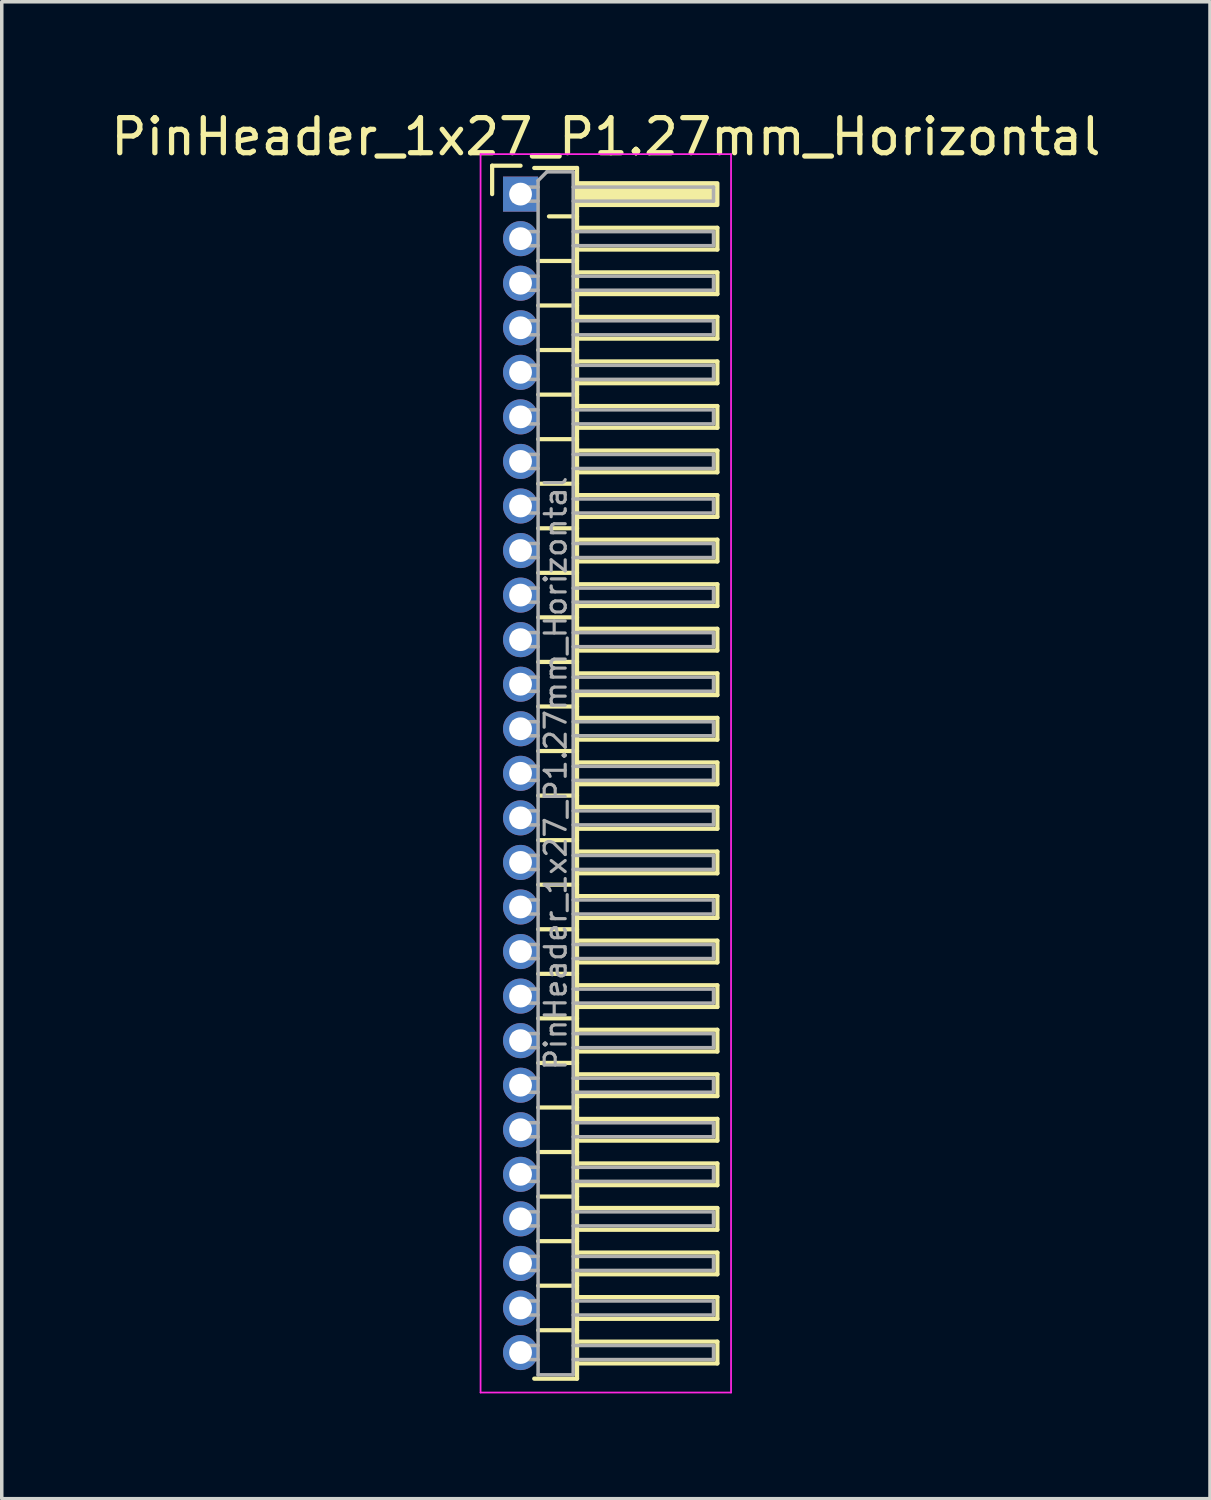
<source format=kicad_pcb>
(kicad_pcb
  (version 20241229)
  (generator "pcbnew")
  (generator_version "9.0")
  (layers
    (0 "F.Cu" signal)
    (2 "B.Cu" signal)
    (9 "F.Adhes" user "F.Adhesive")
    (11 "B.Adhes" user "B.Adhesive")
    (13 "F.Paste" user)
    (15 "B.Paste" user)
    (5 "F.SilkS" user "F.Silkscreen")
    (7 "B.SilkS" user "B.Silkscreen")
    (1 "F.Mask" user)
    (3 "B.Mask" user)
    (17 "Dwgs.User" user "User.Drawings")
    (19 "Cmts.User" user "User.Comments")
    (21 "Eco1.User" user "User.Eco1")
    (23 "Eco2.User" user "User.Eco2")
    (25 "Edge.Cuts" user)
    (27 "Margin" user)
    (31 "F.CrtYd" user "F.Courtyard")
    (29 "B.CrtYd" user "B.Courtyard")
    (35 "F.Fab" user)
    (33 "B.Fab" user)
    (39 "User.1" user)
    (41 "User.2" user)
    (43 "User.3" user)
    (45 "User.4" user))
  (footprint "PinHeader_1x27_P1.27mm_Horizontal"
    (layer "F.Cu")
    (at 11.788 2.483)
    (property "Reference" "PinHeader_1x27_P1.27mm_Horizontal" (at 2.433 -1.635 0) (layer "F.SilkS") (effects (font (size 1 1) (thickness 0.15))))
    (attr through_hole)
    (fp_line (start -0.81 -0.81) (end 0 -0.81) (stroke (width 0.12) (type solid)) (layer "F.SilkS"))
    (fp_line (start -0.81 0) (end -0.81 -0.81) (stroke (width 0.12) (type solid)) (layer "F.SilkS"))
    (fp_line (start 0.39 -0.745) (end 1.61 -0.745) (stroke (width 0.12) (type solid)) (layer "F.SilkS"))
    (fp_line (start 0.503 1.905) (end 1.61 1.905) (stroke (width 0.12) (type solid)) (layer "F.SilkS"))
    (fp_line (start 0.503 3.175) (end 1.61 3.175) (stroke (width 0.12) (type solid)) (layer "F.SilkS"))
    (fp_line (start 0.503 4.445) (end 1.61 4.445) (stroke (width 0.12) (type solid)) (layer "F.SilkS"))
    (fp_line (start 0.503 5.715) (end 1.61 5.715) (stroke (width 0.12) (type solid)) (layer "F.SilkS"))
    (fp_line (start 0.503 6.985) (end 1.61 6.985) (stroke (width 0.12) (type solid)) (layer "F.SilkS"))
    (fp_line (start 0.503 8.255) (end 1.61 8.255) (stroke (width 0.12) (type solid)) (layer "F.SilkS"))
    (fp_line (start 0.503 9.525) (end 1.61 9.525) (stroke (width 0.12) (type solid)) (layer "F.SilkS"))
    (fp_line (start 0.503 10.795) (end 1.61 10.795) (stroke (width 0.12) (type solid)) (layer "F.SilkS"))
    (fp_line (start 0.503 12.065) (end 1.61 12.065) (stroke (width 0.12) (type solid)) (layer "F.SilkS"))
    (fp_line (start 0.503 13.335) (end 1.61 13.335) (stroke (width 0.12) (type solid)) (layer "F.SilkS"))
    (fp_line (start 0.503 14.605) (end 1.61 14.605) (stroke (width 0.12) (type solid)) (layer "F.SilkS"))
    (fp_line (start 0.503 15.875) (end 1.61 15.875) (stroke (width 0.12) (type solid)) (layer "F.SilkS"))
    (fp_line (start 0.503 17.145) (end 1.61 17.145) (stroke (width 0.12) (type solid)) (layer "F.SilkS"))
    (fp_line (start 0.503 18.415) (end 1.61 18.415) (stroke (width 0.12) (type solid)) (layer "F.SilkS"))
    (fp_line (start 0.503 19.685) (end 1.61 19.685) (stroke (width 0.12) (type solid)) (layer "F.SilkS"))
    (fp_line (start 0.503 20.955) (end 1.61 20.955) (stroke (width 0.12) (type solid)) (layer "F.SilkS"))
    (fp_line (start 0.503 22.225) (end 1.61 22.225) (stroke (width 0.12) (type solid)) (layer "F.SilkS"))
    (fp_line (start 0.503 23.495) (end 1.61 23.495) (stroke (width 0.12) (type solid)) (layer "F.SilkS"))
    (fp_line (start 0.503 24.765) (end 1.61 24.765) (stroke (width 0.12) (type solid)) (layer "F.SilkS"))
    (fp_line (start 0.503 26.035) (end 1.61 26.035) (stroke (width 0.12) (type solid)) (layer "F.SilkS"))
    (fp_line (start 0.503 27.305) (end 1.61 27.305) (stroke (width 0.12) (type solid)) (layer "F.SilkS"))
    (fp_line (start 0.503 28.575) (end 1.61 28.575) (stroke (width 0.12) (type solid)) (layer "F.SilkS"))
    (fp_line (start 0.503 29.845) (end 1.61 29.845) (stroke (width 0.12) (type solid)) (layer "F.SilkS"))
    (fp_line (start 0.503 31.115) (end 1.61 31.115) (stroke (width 0.12) (type solid)) (layer "F.SilkS"))
    (fp_line (start 0.503 32.385) (end 1.61 32.385) (stroke (width 0.12) (type solid)) (layer "F.SilkS"))
    (fp_line (start 0.81 0.635) (end 1.61 0.635) (stroke (width 0.12) (type solid)) (layer "F.SilkS"))
    (fp_line (start 1.61 -0.745) (end 1.61 33.765) (stroke (width 0.12) (type solid)) (layer "F.SilkS"))
    (fp_line (start 1.61 0.96) (end 5.61 0.96) (stroke (width 0.12) (type solid)) (layer "F.SilkS"))
    (fp_line (start 1.61 2.23) (end 5.61 2.23) (stroke (width 0.12) (type solid)) (layer "F.SilkS"))
    (fp_line (start 1.61 3.5) (end 5.61 3.5) (stroke (width 0.12) (type solid)) (layer "F.SilkS"))
    (fp_line (start 1.61 4.77) (end 5.61 4.77) (stroke (width 0.12) (type solid)) (layer "F.SilkS"))
    (fp_line (start 1.61 6.04) (end 5.61 6.04) (stroke (width 0.12) (type solid)) (layer "F.SilkS"))
    (fp_line (start 1.61 7.31) (end 5.61 7.31) (stroke (width 0.12) (type solid)) (layer "F.SilkS"))
    (fp_line (start 1.61 8.58) (end 5.61 8.58) (stroke (width 0.12) (type solid)) (layer "F.SilkS"))
    (fp_line (start 1.61 9.85) (end 5.61 9.85) (stroke (width 0.12) (type solid)) (layer "F.SilkS"))
    (fp_line (start 1.61 11.12) (end 5.61 11.12) (stroke (width 0.12) (type solid)) (layer "F.SilkS"))
    (fp_line (start 1.61 12.39) (end 5.61 12.39) (stroke (width 0.12) (type solid)) (layer "F.SilkS"))
    (fp_line (start 1.61 13.66) (end 5.61 13.66) (stroke (width 0.12) (type solid)) (layer "F.SilkS"))
    (fp_line (start 1.61 14.93) (end 5.61 14.93) (stroke (width 0.12) (type solid)) (layer "F.SilkS"))
    (fp_line (start 1.61 16.2) (end 5.61 16.2) (stroke (width 0.12) (type solid)) (layer "F.SilkS"))
    (fp_line (start 1.61 17.47) (end 5.61 17.47) (stroke (width 0.12) (type solid)) (layer "F.SilkS"))
    (fp_line (start 1.61 18.74) (end 5.61 18.74) (stroke (width 0.12) (type solid)) (layer "F.SilkS"))
    (fp_line (start 1.61 20.01) (end 5.61 20.01) (stroke (width 0.12) (type solid)) (layer "F.SilkS"))
    (fp_line (start 1.61 21.28) (end 5.61 21.28) (stroke (width 0.12) (type solid)) (layer "F.SilkS"))
    (fp_line (start 1.61 22.55) (end 5.61 22.55) (stroke (width 0.12) (type solid)) (layer "F.SilkS"))
    (fp_line (start 1.61 23.82) (end 5.61 23.82) (stroke (width 0.12) (type solid)) (layer "F.SilkS"))
    (fp_line (start 1.61 25.09) (end 5.61 25.09) (stroke (width 0.12) (type solid)) (layer "F.SilkS"))
    (fp_line (start 1.61 26.36) (end 5.61 26.36) (stroke (width 0.12) (type solid)) (layer "F.SilkS"))
    (fp_line (start 1.61 27.63) (end 5.61 27.63) (stroke (width 0.12) (type solid)) (layer "F.SilkS"))
    (fp_line (start 1.61 28.9) (end 5.61 28.9) (stroke (width 0.12) (type solid)) (layer "F.SilkS"))
    (fp_line (start 1.61 30.17) (end 5.61 30.17) (stroke (width 0.12) (type solid)) (layer "F.SilkS"))
    (fp_line (start 1.61 31.44) (end 5.61 31.44) (stroke (width 0.12) (type solid)) (layer "F.SilkS"))
    (fp_line (start 1.61 32.71) (end 5.61 32.71) (stroke (width 0.12) (type solid)) (layer "F.SilkS"))
    (fp_line (start 1.61 33.765) (end 0.39 33.765) (stroke (width 0.12) (type solid)) (layer "F.SilkS"))
    (fp_line (start 5.61 0.96) (end 5.61 1.58) (stroke (width 0.12) (type solid)) (layer "F.SilkS"))
    (fp_line (start 5.61 1.58) (end 1.61 1.58) (stroke (width 0.12) (type solid)) (layer "F.SilkS"))
    (fp_line (start 5.61 2.23) (end 5.61 2.85) (stroke (width 0.12) (type solid)) (layer "F.SilkS"))
    (fp_line (start 5.61 2.85) (end 1.61 2.85) (stroke (width 0.12) (type solid)) (layer "F.SilkS"))
    (fp_line (start 5.61 3.5) (end 5.61 4.12) (stroke (width 0.12) (type solid)) (layer "F.SilkS"))
    (fp_line (start 5.61 4.12) (end 1.61 4.12) (stroke (width 0.12) (type solid)) (layer "F.SilkS"))
    (fp_line (start 5.61 4.77) (end 5.61 5.39) (stroke (width 0.12) (type solid)) (layer "F.SilkS"))
    (fp_line (start 5.61 5.39) (end 1.61 5.39) (stroke (width 0.12) (type solid)) (layer "F.SilkS"))
    (fp_line (start 5.61 6.04) (end 5.61 6.66) (stroke (width 0.12) (type solid)) (layer "F.SilkS"))
    (fp_line (start 5.61 6.66) (end 1.61 6.66) (stroke (width 0.12) (type solid)) (layer "F.SilkS"))
    (fp_line (start 5.61 7.31) (end 5.61 7.93) (stroke (width 0.12) (type solid)) (layer "F.SilkS"))
    (fp_line (start 5.61 7.93) (end 1.61 7.93) (stroke (width 0.12) (type solid)) (layer "F.SilkS"))
    (fp_line (start 5.61 8.58) (end 5.61 9.2) (stroke (width 0.12) (type solid)) (layer "F.SilkS"))
    (fp_line (start 5.61 9.2) (end 1.61 9.2) (stroke (width 0.12) (type solid)) (layer "F.SilkS"))
    (fp_line (start 5.61 9.85) (end 5.61 10.47) (stroke (width 0.12) (type solid)) (layer "F.SilkS"))
    (fp_line (start 5.61 10.47) (end 1.61 10.47) (stroke (width 0.12) (type solid)) (layer "F.SilkS"))
    (fp_line (start 5.61 11.12) (end 5.61 11.74) (stroke (width 0.12) (type solid)) (layer "F.SilkS"))
    (fp_line (start 5.61 11.74) (end 1.61 11.74) (stroke (width 0.12) (type solid)) (layer "F.SilkS"))
    (fp_line (start 5.61 12.39) (end 5.61 13.01) (stroke (width 0.12) (type solid)) (layer "F.SilkS"))
    (fp_line (start 5.61 13.01) (end 1.61 13.01) (stroke (width 0.12) (type solid)) (layer "F.SilkS"))
    (fp_line (start 5.61 13.66) (end 5.61 14.28) (stroke (width 0.12) (type solid)) (layer "F.SilkS"))
    (fp_line (start 5.61 14.28) (end 1.61 14.28) (stroke (width 0.12) (type solid)) (layer "F.SilkS"))
    (fp_line (start 5.61 14.93) (end 5.61 15.55) (stroke (width 0.12) (type solid)) (layer "F.SilkS"))
    (fp_line (start 5.61 15.55) (end 1.61 15.55) (stroke (width 0.12) (type solid)) (layer "F.SilkS"))
    (fp_line (start 5.61 16.2) (end 5.61 16.82) (stroke (width 0.12) (type solid)) (layer "F.SilkS"))
    (fp_line (start 5.61 16.82) (end 1.61 16.82) (stroke (width 0.12) (type solid)) (layer "F.SilkS"))
    (fp_line (start 5.61 17.47) (end 5.61 18.09) (stroke (width 0.12) (type solid)) (layer "F.SilkS"))
    (fp_line (start 5.61 18.09) (end 1.61 18.09) (stroke (width 0.12) (type solid)) (layer "F.SilkS"))
    (fp_line (start 5.61 18.74) (end 5.61 19.36) (stroke (width 0.12) (type solid)) (layer "F.SilkS"))
    (fp_line (start 5.61 19.36) (end 1.61 19.36) (stroke (width 0.12) (type solid)) (layer "F.SilkS"))
    (fp_line (start 5.61 20.01) (end 5.61 20.63) (stroke (width 0.12) (type solid)) (layer "F.SilkS"))
    (fp_line (start 5.61 20.63) (end 1.61 20.63) (stroke (width 0.12) (type solid)) (layer "F.SilkS"))
    (fp_line (start 5.61 21.28) (end 5.61 21.9) (stroke (width 0.12) (type solid)) (layer "F.SilkS"))
    (fp_line (start 5.61 21.9) (end 1.61 21.9) (stroke (width 0.12) (type solid)) (layer "F.SilkS"))
    (fp_line (start 5.61 22.55) (end 5.61 23.17) (stroke (width 0.12) (type solid)) (layer "F.SilkS"))
    (fp_line (start 5.61 23.17) (end 1.61 23.17) (stroke (width 0.12) (type solid)) (layer "F.SilkS"))
    (fp_line (start 5.61 23.82) (end 5.61 24.44) (stroke (width 0.12) (type solid)) (layer "F.SilkS"))
    (fp_line (start 5.61 24.44) (end 1.61 24.44) (stroke (width 0.12) (type solid)) (layer "F.SilkS"))
    (fp_line (start 5.61 25.09) (end 5.61 25.71) (stroke (width 0.12) (type solid)) (layer "F.SilkS"))
    (fp_line (start 5.61 25.71) (end 1.61 25.71) (stroke (width 0.12) (type solid)) (layer "F.SilkS"))
    (fp_line (start 5.61 26.36) (end 5.61 26.98) (stroke (width 0.12) (type solid)) (layer "F.SilkS"))
    (fp_line (start 5.61 26.98) (end 1.61 26.98) (stroke (width 0.12) (type solid)) (layer "F.SilkS"))
    (fp_line (start 5.61 27.63) (end 5.61 28.25) (stroke (width 0.12) (type solid)) (layer "F.SilkS"))
    (fp_line (start 5.61 28.25) (end 1.61 28.25) (stroke (width 0.12) (type solid)) (layer "F.SilkS"))
    (fp_line (start 5.61 28.9) (end 5.61 29.52) (stroke (width 0.12) (type solid)) (layer "F.SilkS"))
    (fp_line (start 5.61 29.52) (end 1.61 29.52) (stroke (width 0.12) (type solid)) (layer "F.SilkS"))
    (fp_line (start 5.61 30.17) (end 5.61 30.79) (stroke (width 0.12) (type solid)) (layer "F.SilkS"))
    (fp_line (start 5.61 30.79) (end 1.61 30.79) (stroke (width 0.12) (type solid)) (layer "F.SilkS"))
    (fp_line (start 5.61 31.44) (end 5.61 32.06) (stroke (width 0.12) (type solid)) (layer "F.SilkS"))
    (fp_line (start 5.61 32.06) (end 1.61 32.06) (stroke (width 0.12) (type solid)) (layer "F.SilkS"))
    (fp_line (start 5.61 32.71) (end 5.61 33.33) (stroke (width 0.12) (type solid)) (layer "F.SilkS"))
    (fp_line (start 5.61 33.33) (end 1.61 33.33) (stroke (width 0.12) (type solid)) (layer "F.SilkS"))
    (fp_rect (start 1.61 -0.31) (end 5.61 0.31) (stroke (width 0.12) (type solid)) (fill yes) (layer "F.SilkS"))
    (fp_line (start -1.14 -1.14) (end -1.14 34.16) (stroke (width 0.05) (type solid)) (layer "F.CrtYd"))
    (fp_line (start -1.14 34.16) (end 6 34.16) (stroke (width 0.05) (type solid)) (layer "F.CrtYd"))
    (fp_line (start 6 -1.14) (end -1.14 -1.14) (stroke (width 0.05) (type solid)) (layer "F.CrtYd"))
    (fp_line (start 6 34.16) (end 6 -1.14) (stroke (width 0.05) (type solid)) (layer "F.CrtYd"))
    (fp_line (start -0.2 -0.2) (end -0.2 0.2) (stroke (width 0.1) (type solid)) (layer "F.Fab"))
    (fp_line (start -0.2 -0.2) (end 0.5 -0.2) (stroke (width 0.1) (type solid)) (layer "F.Fab"))
    (fp_line (start -0.2 0.2) (end 0.5 0.2) (stroke (width 0.1) (type solid)) (layer "F.Fab"))
    (fp_line (start -0.2 1.07) (end -0.2 1.47) (stroke (width 0.1) (type solid)) (layer "F.Fab"))
    (fp_line (start -0.2 1.07) (end 0.5 1.07) (stroke (width 0.1) (type solid)) (layer "F.Fab"))
    (fp_line (start -0.2 1.47) (end 0.5 1.47) (stroke (width 0.1) (type solid)) (layer "F.Fab"))
    (fp_line (start -0.2 2.34) (end -0.2 2.74) (stroke (width 0.1) (type solid)) (layer "F.Fab"))
    (fp_line (start -0.2 2.34) (end 0.5 2.34) (stroke (width 0.1) (type solid)) (layer "F.Fab"))
    (fp_line (start -0.2 2.74) (end 0.5 2.74) (stroke (width 0.1) (type solid)) (layer "F.Fab"))
    (fp_line (start -0.2 3.61) (end -0.2 4.01) (stroke (width 0.1) (type solid)) (layer "F.Fab"))
    (fp_line (start -0.2 3.61) (end 0.5 3.61) (stroke (width 0.1) (type solid)) (layer "F.Fab"))
    (fp_line (start -0.2 4.01) (end 0.5 4.01) (stroke (width 0.1) (type solid)) (layer "F.Fab"))
    (fp_line (start -0.2 4.88) (end -0.2 5.28) (stroke (width 0.1) (type solid)) (layer "F.Fab"))
    (fp_line (start -0.2 4.88) (end 0.5 4.88) (stroke (width 0.1) (type solid)) (layer "F.Fab"))
    (fp_line (start -0.2 5.28) (end 0.5 5.28) (stroke (width 0.1) (type solid)) (layer "F.Fab"))
    (fp_line (start -0.2 6.15) (end -0.2 6.55) (stroke (width 0.1) (type solid)) (layer "F.Fab"))
    (fp_line (start -0.2 6.15) (end 0.5 6.15) (stroke (width 0.1) (type solid)) (layer "F.Fab"))
    (fp_line (start -0.2 6.55) (end 0.5 6.55) (stroke (width 0.1) (type solid)) (layer "F.Fab"))
    (fp_line (start -0.2 7.42) (end -0.2 7.82) (stroke (width 0.1) (type solid)) (layer "F.Fab"))
    (fp_line (start -0.2 7.42) (end 0.5 7.42) (stroke (width 0.1) (type solid)) (layer "F.Fab"))
    (fp_line (start -0.2 7.82) (end 0.5 7.82) (stroke (width 0.1) (type solid)) (layer "F.Fab"))
    (fp_line (start -0.2 8.69) (end -0.2 9.09) (stroke (width 0.1) (type solid)) (layer "F.Fab"))
    (fp_line (start -0.2 8.69) (end 0.5 8.69) (stroke (width 0.1) (type solid)) (layer "F.Fab"))
    (fp_line (start -0.2 9.09) (end 0.5 9.09) (stroke (width 0.1) (type solid)) (layer "F.Fab"))
    (fp_line (start -0.2 9.96) (end -0.2 10.36) (stroke (width 0.1) (type solid)) (layer "F.Fab"))
    (fp_line (start -0.2 9.96) (end 0.5 9.96) (stroke (width 0.1) (type solid)) (layer "F.Fab"))
    (fp_line (start -0.2 10.36) (end 0.5 10.36) (stroke (width 0.1) (type solid)) (layer "F.Fab"))
    (fp_line (start -0.2 11.23) (end -0.2 11.63) (stroke (width 0.1) (type solid)) (layer "F.Fab"))
    (fp_line (start -0.2 11.23) (end 0.5 11.23) (stroke (width 0.1) (type solid)) (layer "F.Fab"))
    (fp_line (start -0.2 11.63) (end 0.5 11.63) (stroke (width 0.1) (type solid)) (layer "F.Fab"))
    (fp_line (start -0.2 12.5) (end -0.2 12.9) (stroke (width 0.1) (type solid)) (layer "F.Fab"))
    (fp_line (start -0.2 12.5) (end 0.5 12.5) (stroke (width 0.1) (type solid)) (layer "F.Fab"))
    (fp_line (start -0.2 12.9) (end 0.5 12.9) (stroke (width 0.1) (type solid)) (layer "F.Fab"))
    (fp_line (start -0.2 13.77) (end -0.2 14.17) (stroke (width 0.1) (type solid)) (layer "F.Fab"))
    (fp_line (start -0.2 13.77) (end 0.5 13.77) (stroke (width 0.1) (type solid)) (layer "F.Fab"))
    (fp_line (start -0.2 14.17) (end 0.5 14.17) (stroke (width 0.1) (type solid)) (layer "F.Fab"))
    (fp_line (start -0.2 15.04) (end -0.2 15.44) (stroke (width 0.1) (type solid)) (layer "F.Fab"))
    (fp_line (start -0.2 15.04) (end 0.5 15.04) (stroke (width 0.1) (type solid)) (layer "F.Fab"))
    (fp_line (start -0.2 15.44) (end 0.5 15.44) (stroke (width 0.1) (type solid)) (layer "F.Fab"))
    (fp_line (start -0.2 16.31) (end -0.2 16.71) (stroke (width 0.1) (type solid)) (layer "F.Fab"))
    (fp_line (start -0.2 16.31) (end 0.5 16.31) (stroke (width 0.1) (type solid)) (layer "F.Fab"))
    (fp_line (start -0.2 16.71) (end 0.5 16.71) (stroke (width 0.1) (type solid)) (layer "F.Fab"))
    (fp_line (start -0.2 17.58) (end -0.2 17.98) (stroke (width 0.1) (type solid)) (layer "F.Fab"))
    (fp_line (start -0.2 17.58) (end 0.5 17.58) (stroke (width 0.1) (type solid)) (layer "F.Fab"))
    (fp_line (start -0.2 17.98) (end 0.5 17.98) (stroke (width 0.1) (type solid)) (layer "F.Fab"))
    (fp_line (start -0.2 18.85) (end -0.2 19.25) (stroke (width 0.1) (type solid)) (layer "F.Fab"))
    (fp_line (start -0.2 18.85) (end 0.5 18.85) (stroke (width 0.1) (type solid)) (layer "F.Fab"))
    (fp_line (start -0.2 19.25) (end 0.5 19.25) (stroke (width 0.1) (type solid)) (layer "F.Fab"))
    (fp_line (start -0.2 20.12) (end -0.2 20.52) (stroke (width 0.1) (type solid)) (layer "F.Fab"))
    (fp_line (start -0.2 20.12) (end 0.5 20.12) (stroke (width 0.1) (type solid)) (layer "F.Fab"))
    (fp_line (start -0.2 20.52) (end 0.5 20.52) (stroke (width 0.1) (type solid)) (layer "F.Fab"))
    (fp_line (start -0.2 21.39) (end -0.2 21.79) (stroke (width 0.1) (type solid)) (layer "F.Fab"))
    (fp_line (start -0.2 21.39) (end 0.5 21.39) (stroke (width 0.1) (type solid)) (layer "F.Fab"))
    (fp_line (start -0.2 21.79) (end 0.5 21.79) (stroke (width 0.1) (type solid)) (layer "F.Fab"))
    (fp_line (start -0.2 22.66) (end -0.2 23.06) (stroke (width 0.1) (type solid)) (layer "F.Fab"))
    (fp_line (start -0.2 22.66) (end 0.5 22.66) (stroke (width 0.1) (type solid)) (layer "F.Fab"))
    (fp_line (start -0.2 23.06) (end 0.5 23.06) (stroke (width 0.1) (type solid)) (layer "F.Fab"))
    (fp_line (start -0.2 23.93) (end -0.2 24.33) (stroke (width 0.1) (type solid)) (layer "F.Fab"))
    (fp_line (start -0.2 23.93) (end 0.5 23.93) (stroke (width 0.1) (type solid)) (layer "F.Fab"))
    (fp_line (start -0.2 24.33) (end 0.5 24.33) (stroke (width 0.1) (type solid)) (layer "F.Fab"))
    (fp_line (start -0.2 25.2) (end -0.2 25.6) (stroke (width 0.1) (type solid)) (layer "F.Fab"))
    (fp_line (start -0.2 25.2) (end 0.5 25.2) (stroke (width 0.1) (type solid)) (layer "F.Fab"))
    (fp_line (start -0.2 25.6) (end 0.5 25.6) (stroke (width 0.1) (type solid)) (layer "F.Fab"))
    (fp_line (start -0.2 26.47) (end -0.2 26.87) (stroke (width 0.1) (type solid)) (layer "F.Fab"))
    (fp_line (start -0.2 26.47) (end 0.5 26.47) (stroke (width 0.1) (type solid)) (layer "F.Fab"))
    (fp_line (start -0.2 26.87) (end 0.5 26.87) (stroke (width 0.1) (type solid)) (layer "F.Fab"))
    (fp_line (start -0.2 27.74) (end -0.2 28.14) (stroke (width 0.1) (type solid)) (layer "F.Fab"))
    (fp_line (start -0.2 27.74) (end 0.5 27.74) (stroke (width 0.1) (type solid)) (layer "F.Fab"))
    (fp_line (start -0.2 28.14) (end 0.5 28.14) (stroke (width 0.1) (type solid)) (layer "F.Fab"))
    (fp_line (start -0.2 29.01) (end -0.2 29.41) (stroke (width 0.1) (type solid)) (layer "F.Fab"))
    (fp_line (start -0.2 29.01) (end 0.5 29.01) (stroke (width 0.1) (type solid)) (layer "F.Fab"))
    (fp_line (start -0.2 29.41) (end 0.5 29.41) (stroke (width 0.1) (type solid)) (layer "F.Fab"))
    (fp_line (start -0.2 30.28) (end -0.2 30.68) (stroke (width 0.1) (type solid)) (layer "F.Fab"))
    (fp_line (start -0.2 30.28) (end 0.5 30.28) (stroke (width 0.1) (type solid)) (layer "F.Fab"))
    (fp_line (start -0.2 30.68) (end 0.5 30.68) (stroke (width 0.1) (type solid)) (layer "F.Fab"))
    (fp_line (start -0.2 31.55) (end -0.2 31.95) (stroke (width 0.1) (type solid)) (layer "F.Fab"))
    (fp_line (start -0.2 31.55) (end 0.5 31.55) (stroke (width 0.1) (type solid)) (layer "F.Fab"))
    (fp_line (start -0.2 31.95) (end 0.5 31.95) (stroke (width 0.1) (type solid)) (layer "F.Fab"))
    (fp_line (start -0.2 32.82) (end -0.2 33.22) (stroke (width 0.1) (type solid)) (layer "F.Fab"))
    (fp_line (start -0.2 32.82) (end 0.5 32.82) (stroke (width 0.1) (type solid)) (layer "F.Fab"))
    (fp_line (start -0.2 33.22) (end 0.5 33.22) (stroke (width 0.1) (type solid)) (layer "F.Fab"))
    (fp_line (start 0.5 -0.385) (end 0.75 -0.635) (stroke (width 0.1) (type solid)) (layer "F.Fab"))
    (fp_line (start 0.5 33.655) (end 0.5 -0.385) (stroke (width 0.1) (type solid)) (layer "F.Fab"))
    (fp_line (start 0.75 -0.635) (end 1.5 -0.635) (stroke (width 0.1) (type solid)) (layer "F.Fab"))
    (fp_line (start 1.5 -0.635) (end 1.5 33.655) (stroke (width 0.1) (type solid)) (layer "F.Fab"))
    (fp_line (start 1.5 -0.2) (end 5.5 -0.2) (stroke (width 0.1) (type solid)) (layer "F.Fab"))
    (fp_line (start 1.5 0.2) (end 5.5 0.2) (stroke (width 0.1) (type solid)) (layer "F.Fab"))
    (fp_line (start 1.5 1.07) (end 5.5 1.07) (stroke (width 0.1) (type solid)) (layer "F.Fab"))
    (fp_line (start 1.5 1.47) (end 5.5 1.47) (stroke (width 0.1) (type solid)) (layer "F.Fab"))
    (fp_line (start 1.5 2.34) (end 5.5 2.34) (stroke (width 0.1) (type solid)) (layer "F.Fab"))
    (fp_line (start 1.5 2.74) (end 5.5 2.74) (stroke (width 0.1) (type solid)) (layer "F.Fab"))
    (fp_line (start 1.5 3.61) (end 5.5 3.61) (stroke (width 0.1) (type solid)) (layer "F.Fab"))
    (fp_line (start 1.5 4.01) (end 5.5 4.01) (stroke (width 0.1) (type solid)) (layer "F.Fab"))
    (fp_line (start 1.5 4.88) (end 5.5 4.88) (stroke (width 0.1) (type solid)) (layer "F.Fab"))
    (fp_line (start 1.5 5.28) (end 5.5 5.28) (stroke (width 0.1) (type solid)) (layer "F.Fab"))
    (fp_line (start 1.5 6.15) (end 5.5 6.15) (stroke (width 0.1) (type solid)) (layer "F.Fab"))
    (fp_line (start 1.5 6.55) (end 5.5 6.55) (stroke (width 0.1) (type solid)) (layer "F.Fab"))
    (fp_line (start 1.5 7.42) (end 5.5 7.42) (stroke (width 0.1) (type solid)) (layer "F.Fab"))
    (fp_line (start 1.5 7.82) (end 5.5 7.82) (stroke (width 0.1) (type solid)) (layer "F.Fab"))
    (fp_line (start 1.5 8.69) (end 5.5 8.69) (stroke (width 0.1) (type solid)) (layer "F.Fab"))
    (fp_line (start 1.5 9.09) (end 5.5 9.09) (stroke (width 0.1) (type solid)) (layer "F.Fab"))
    (fp_line (start 1.5 9.96) (end 5.5 9.96) (stroke (width 0.1) (type solid)) (layer "F.Fab"))
    (fp_line (start 1.5 10.36) (end 5.5 10.36) (stroke (width 0.1) (type solid)) (layer "F.Fab"))
    (fp_line (start 1.5 11.23) (end 5.5 11.23) (stroke (width 0.1) (type solid)) (layer "F.Fab"))
    (fp_line (start 1.5 11.63) (end 5.5 11.63) (stroke (width 0.1) (type solid)) (layer "F.Fab"))
    (fp_line (start 1.5 12.5) (end 5.5 12.5) (stroke (width 0.1) (type solid)) (layer "F.Fab"))
    (fp_line (start 1.5 12.9) (end 5.5 12.9) (stroke (width 0.1) (type solid)) (layer "F.Fab"))
    (fp_line (start 1.5 13.77) (end 5.5 13.77) (stroke (width 0.1) (type solid)) (layer "F.Fab"))
    (fp_line (start 1.5 14.17) (end 5.5 14.17) (stroke (width 0.1) (type solid)) (layer "F.Fab"))
    (fp_line (start 1.5 15.04) (end 5.5 15.04) (stroke (width 0.1) (type solid)) (layer "F.Fab"))
    (fp_line (start 1.5 15.44) (end 5.5 15.44) (stroke (width 0.1) (type solid)) (layer "F.Fab"))
    (fp_line (start 1.5 16.31) (end 5.5 16.31) (stroke (width 0.1) (type solid)) (layer "F.Fab"))
    (fp_line (start 1.5 16.71) (end 5.5 16.71) (stroke (width 0.1) (type solid)) (layer "F.Fab"))
    (fp_line (start 1.5 17.58) (end 5.5 17.58) (stroke (width 0.1) (type solid)) (layer "F.Fab"))
    (fp_line (start 1.5 17.98) (end 5.5 17.98) (stroke (width 0.1) (type solid)) (layer "F.Fab"))
    (fp_line (start 1.5 18.85) (end 5.5 18.85) (stroke (width 0.1) (type solid)) (layer "F.Fab"))
    (fp_line (start 1.5 19.25) (end 5.5 19.25) (stroke (width 0.1) (type solid)) (layer "F.Fab"))
    (fp_line (start 1.5 20.12) (end 5.5 20.12) (stroke (width 0.1) (type solid)) (layer "F.Fab"))
    (fp_line (start 1.5 20.52) (end 5.5 20.52) (stroke (width 0.1) (type solid)) (layer "F.Fab"))
    (fp_line (start 1.5 21.39) (end 5.5 21.39) (stroke (width 0.1) (type solid)) (layer "F.Fab"))
    (fp_line (start 1.5 21.79) (end 5.5 21.79) (stroke (width 0.1) (type solid)) (layer "F.Fab"))
    (fp_line (start 1.5 22.66) (end 5.5 22.66) (stroke (width 0.1) (type solid)) (layer "F.Fab"))
    (fp_line (start 1.5 23.06) (end 5.5 23.06) (stroke (width 0.1) (type solid)) (layer "F.Fab"))
    (fp_line (start 1.5 23.93) (end 5.5 23.93) (stroke (width 0.1) (type solid)) (layer "F.Fab"))
    (fp_line (start 1.5 24.33) (end 5.5 24.33) (stroke (width 0.1) (type solid)) (layer "F.Fab"))
    (fp_line (start 1.5 25.2) (end 5.5 25.2) (stroke (width 0.1) (type solid)) (layer "F.Fab"))
    (fp_line (start 1.5 25.6) (end 5.5 25.6) (stroke (width 0.1) (type solid)) (layer "F.Fab"))
    (fp_line (start 1.5 26.47) (end 5.5 26.47) (stroke (width 0.1) (type solid)) (layer "F.Fab"))
    (fp_line (start 1.5 26.87) (end 5.5 26.87) (stroke (width 0.1) (type solid)) (layer "F.Fab"))
    (fp_line (start 1.5 27.74) (end 5.5 27.74) (stroke (width 0.1) (type solid)) (layer "F.Fab"))
    (fp_line (start 1.5 28.14) (end 5.5 28.14) (stroke (width 0.1) (type solid)) (layer "F.Fab"))
    (fp_line (start 1.5 29.01) (end 5.5 29.01) (stroke (width 0.1) (type solid)) (layer "F.Fab"))
    (fp_line (start 1.5 29.41) (end 5.5 29.41) (stroke (width 0.1) (type solid)) (layer "F.Fab"))
    (fp_line (start 1.5 30.28) (end 5.5 30.28) (stroke (width 0.1) (type solid)) (layer "F.Fab"))
    (fp_line (start 1.5 30.68) (end 5.5 30.68) (stroke (width 0.1) (type solid)) (layer "F.Fab"))
    (fp_line (start 1.5 31.55) (end 5.5 31.55) (stroke (width 0.1) (type solid)) (layer "F.Fab"))
    (fp_line (start 1.5 31.95) (end 5.5 31.95) (stroke (width 0.1) (type solid)) (layer "F.Fab"))
    (fp_line (start 1.5 32.82) (end 5.5 32.82) (stroke (width 0.1) (type solid)) (layer "F.Fab"))
    (fp_line (start 1.5 33.22) (end 5.5 33.22) (stroke (width 0.1) (type solid)) (layer "F.Fab"))
    (fp_line (start 1.5 33.655) (end 0.5 33.655) (stroke (width 0.1) (type solid)) (layer "F.Fab"))
    (fp_line (start 5.5 -0.2) (end 5.5 0.2) (stroke (width 0.1) (type solid)) (layer "F.Fab"))
    (fp_line (start 5.5 1.07) (end 5.5 1.47) (stroke (width 0.1) (type solid)) (layer "F.Fab"))
    (fp_line (start 5.5 2.34) (end 5.5 2.74) (stroke (width 0.1) (type solid)) (layer "F.Fab"))
    (fp_line (start 5.5 3.61) (end 5.5 4.01) (stroke (width 0.1) (type solid)) (layer "F.Fab"))
    (fp_line (start 5.5 4.88) (end 5.5 5.28) (stroke (width 0.1) (type solid)) (layer "F.Fab"))
    (fp_line (start 5.5 6.15) (end 5.5 6.55) (stroke (width 0.1) (type solid)) (layer "F.Fab"))
    (fp_line (start 5.5 7.42) (end 5.5 7.82) (stroke (width 0.1) (type solid)) (layer "F.Fab"))
    (fp_line (start 5.5 8.69) (end 5.5 9.09) (stroke (width 0.1) (type solid)) (layer "F.Fab"))
    (fp_line (start 5.5 9.96) (end 5.5 10.36) (stroke (width 0.1) (type solid)) (layer "F.Fab"))
    (fp_line (start 5.5 11.23) (end 5.5 11.63) (stroke (width 0.1) (type solid)) (layer "F.Fab"))
    (fp_line (start 5.5 12.5) (end 5.5 12.9) (stroke (width 0.1) (type solid)) (layer "F.Fab"))
    (fp_line (start 5.5 13.77) (end 5.5 14.17) (stroke (width 0.1) (type solid)) (layer "F.Fab"))
    (fp_line (start 5.5 15.04) (end 5.5 15.44) (stroke (width 0.1) (type solid)) (layer "F.Fab"))
    (fp_line (start 5.5 16.31) (end 5.5 16.71) (stroke (width 0.1) (type solid)) (layer "F.Fab"))
    (fp_line (start 5.5 17.58) (end 5.5 17.98) (stroke (width 0.1) (type solid)) (layer "F.Fab"))
    (fp_line (start 5.5 18.85) (end 5.5 19.25) (stroke (width 0.1) (type solid)) (layer "F.Fab"))
    (fp_line (start 5.5 20.12) (end 5.5 20.52) (stroke (width 0.1) (type solid)) (layer "F.Fab"))
    (fp_line (start 5.5 21.39) (end 5.5 21.79) (stroke (width 0.1) (type solid)) (layer "F.Fab"))
    (fp_line (start 5.5 22.66) (end 5.5 23.06) (stroke (width 0.1) (type solid)) (layer "F.Fab"))
    (fp_line (start 5.5 23.93) (end 5.5 24.33) (stroke (width 0.1) (type solid)) (layer "F.Fab"))
    (fp_line (start 5.5 25.2) (end 5.5 25.6) (stroke (width 0.1) (type solid)) (layer "F.Fab"))
    (fp_line (start 5.5 26.47) (end 5.5 26.87) (stroke (width 0.1) (type solid)) (layer "F.Fab"))
    (fp_line (start 5.5 27.74) (end 5.5 28.14) (stroke (width 0.1) (type solid)) (layer "F.Fab"))
    (fp_line (start 5.5 29.01) (end 5.5 29.41) (stroke (width 0.1) (type solid)) (layer "F.Fab"))
    (fp_line (start 5.5 30.28) (end 5.5 30.68) (stroke (width 0.1) (type solid)) (layer "F.Fab"))
    (fp_line (start 5.5 31.55) (end 5.5 31.95) (stroke (width 0.1) (type solid)) (layer "F.Fab"))
    (fp_line (start 5.5 32.82) (end 5.5 33.22) (stroke (width 0.1) (type solid)) (layer "F.Fab"))
    (fp_text user "${REFERENCE}" (at 1 16.51 90) (layer "F.Fab") (effects (font (size 0.6 0.6) (thickness 0.09))))
    (pad "1" thru_hole rect (at 0 0) (size 1 1) (drill 0.65) (layers "*.Cu" "*.Mask"))
    (pad "2" thru_hole circle (at 0 1.27) (size 1 1) (drill 0.65) (layers "*.Cu" "*.Mask"))
    (pad "3" thru_hole circle (at 0 2.54) (size 1 1) (drill 0.65) (layers "*.Cu" "*.Mask"))
    (pad "4" thru_hole circle (at 0 3.81) (size 1 1) (drill 0.65) (layers "*.Cu" "*.Mask"))
    (pad "5" thru_hole circle (at 0 5.08) (size 1 1) (drill 0.65) (layers "*.Cu" "*.Mask"))
    (pad "6" thru_hole circle (at 0 6.35) (size 1 1) (drill 0.65) (layers "*.Cu" "*.Mask"))
    (pad "7" thru_hole circle (at 0 7.62) (size 1 1) (drill 0.65) (layers "*.Cu" "*.Mask"))
    (pad "8" thru_hole circle (at 0 8.89) (size 1 1) (drill 0.65) (layers "*.Cu" "*.Mask"))
    (pad "9" thru_hole circle (at 0 10.16) (size 1 1) (drill 0.65) (layers "*.Cu" "*.Mask"))
    (pad "10" thru_hole circle (at 0 11.43) (size 1 1) (drill 0.65) (layers "*.Cu" "*.Mask"))
    (pad "11" thru_hole circle (at 0 12.7) (size 1 1) (drill 0.65) (layers "*.Cu" "*.Mask"))
    (pad "12" thru_hole circle (at 0 13.97) (size 1 1) (drill 0.65) (layers "*.Cu" "*.Mask"))
    (pad "13" thru_hole circle (at 0 15.24) (size 1 1) (drill 0.65) (layers "*.Cu" "*.Mask"))
    (pad "14" thru_hole circle (at 0 16.51) (size 1 1) (drill 0.65) (layers "*.Cu" "*.Mask"))
    (pad "15" thru_hole circle (at 0 17.78) (size 1 1) (drill 0.65) (layers "*.Cu" "*.Mask"))
    (pad "16" thru_hole circle (at 0 19.05) (size 1 1) (drill 0.65) (layers "*.Cu" "*.Mask"))
    (pad "17" thru_hole circle (at 0 20.32) (size 1 1) (drill 0.65) (layers "*.Cu" "*.Mask"))
    (pad "18" thru_hole circle (at 0 21.59) (size 1 1) (drill 0.65) (layers "*.Cu" "*.Mask"))
    (pad "19" thru_hole circle (at 0 22.86) (size 1 1) (drill 0.65) (layers "*.Cu" "*.Mask"))
    (pad "20" thru_hole circle (at 0 24.13) (size 1 1) (drill 0.65) (layers "*.Cu" "*.Mask"))
    (pad "21" thru_hole circle (at 0 25.4) (size 1 1) (drill 0.65) (layers "*.Cu" "*.Mask"))
    (pad "22" thru_hole circle (at 0 26.67) (size 1 1) (drill 0.65) (layers "*.Cu" "*.Mask"))
    (pad "23" thru_hole circle (at 0 27.94) (size 1 1) (drill 0.65) (layers "*.Cu" "*.Mask"))
    (pad "24" thru_hole circle (at 0 29.21) (size 1 1) (drill 0.65) (layers "*.Cu" "*.Mask"))
    (pad "25" thru_hole circle (at 0 30.48) (size 1 1) (drill 0.65) (layers "*.Cu" "*.Mask"))
    (pad "26" thru_hole circle (at 0 31.75) (size 1 1) (drill 0.65) (layers "*.Cu" "*.Mask"))
    (pad "27" thru_hole circle (at 0 33.02) (size 1 1) (drill 0.65) (layers "*.Cu" "*.Mask")))
  (gr_rect
    (start -3 -3)
    (end 31.44 39.668)
    (stroke (width 0.1) (type default))
    (fill no)
    (layer "Edge.Cuts")))
</source>
